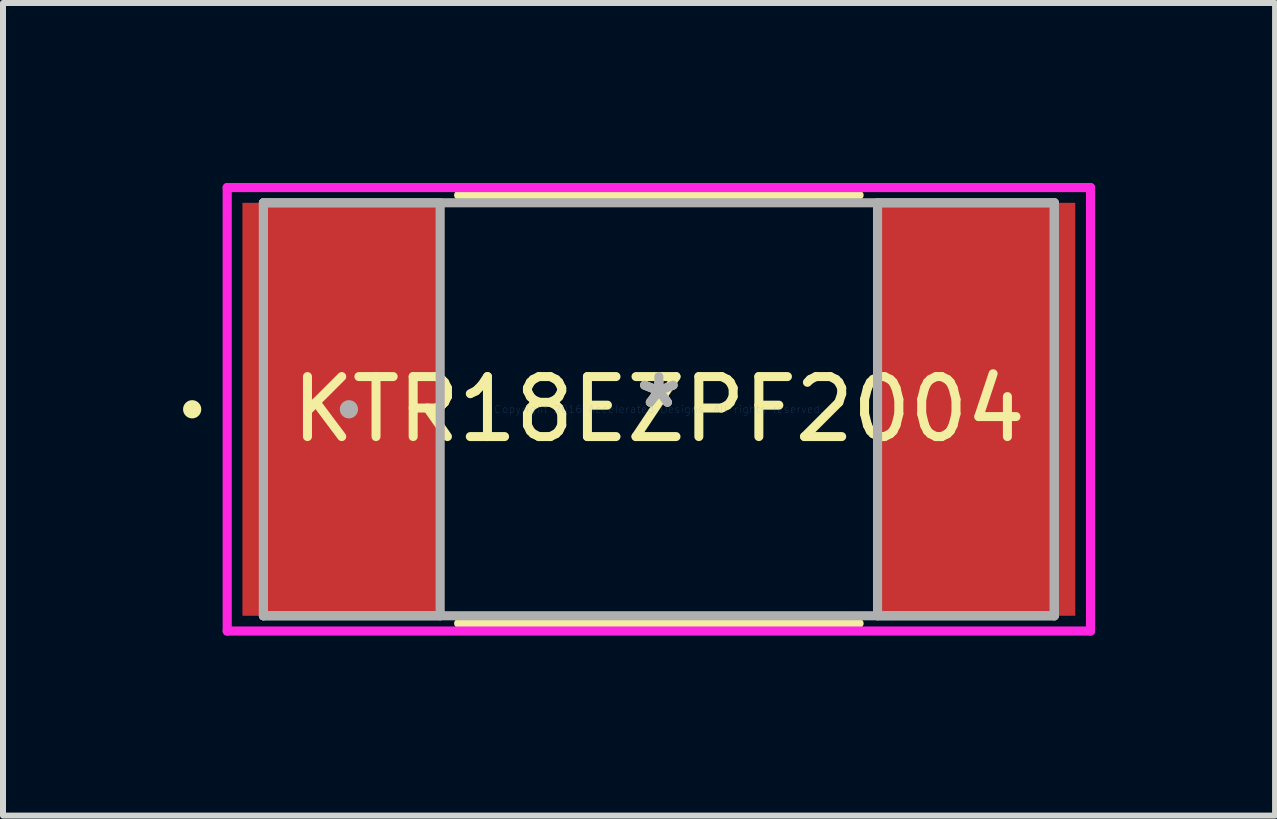
<source format=kicad_pcb>
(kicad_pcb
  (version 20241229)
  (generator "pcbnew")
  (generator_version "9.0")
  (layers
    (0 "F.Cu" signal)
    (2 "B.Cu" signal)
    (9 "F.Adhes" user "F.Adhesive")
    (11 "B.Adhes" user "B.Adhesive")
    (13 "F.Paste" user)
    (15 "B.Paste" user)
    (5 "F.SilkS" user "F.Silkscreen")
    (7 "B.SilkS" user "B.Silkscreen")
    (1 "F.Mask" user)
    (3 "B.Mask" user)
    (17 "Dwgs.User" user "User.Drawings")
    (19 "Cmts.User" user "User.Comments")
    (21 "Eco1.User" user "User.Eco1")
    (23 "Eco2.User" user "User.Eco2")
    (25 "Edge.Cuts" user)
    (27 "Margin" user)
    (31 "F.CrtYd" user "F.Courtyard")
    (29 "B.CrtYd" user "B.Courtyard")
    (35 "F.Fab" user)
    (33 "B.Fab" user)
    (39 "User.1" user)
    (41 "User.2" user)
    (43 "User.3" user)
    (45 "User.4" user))
  (footprint "KTR18EZPF2004"
    (layer "F.Cu")
    (at 7.932 3.772)
    (property "Reference" "KTR18EZPF2004" (at 0 0 0) (layer "F.SilkS") (effects (font (size 1 1) (thickness 0.15))))
    (attr through_hole)
    (fp_line (start -3.337 3.569) (end 3.337 3.569) (stroke (width 0.152) (type solid)) (layer "F.SilkS"))
    (fp_line (start 3.337 -3.569) (end -3.337 -3.569) (stroke (width 0.152) (type solid)) (layer "F.SilkS"))
    (fp_circle (center -7.779 0) (end -7.703 0) (stroke (width 0.152) (type solid)) (fill no) (layer "F.SilkS"))
    (fp_line (start -7.195 -3.696) (end 7.195 -3.696) (stroke (width 0.152) (type solid)) (layer "F.CrtYd"))
    (fp_line (start -7.195 3.696) (end -7.195 -3.696) (stroke (width 0.152) (type solid)) (layer "F.CrtYd"))
    (fp_line (start 7.195 -3.696) (end 7.195 3.696) (stroke (width 0.152) (type solid)) (layer "F.CrtYd"))
    (fp_line (start 7.195 3.696) (end -7.195 3.696) (stroke (width 0.152) (type solid)) (layer "F.CrtYd"))
    (fp_line (start -6.591 -3.442) (end -6.591 3.442) (stroke (width 0.152) (type solid)) (layer "F.Fab"))
    (fp_line (start -6.591 -3.442) (end -6.591 3.442) (stroke (width 0.152) (type solid)) (layer "F.Fab"))
    (fp_line (start -6.591 3.442) (end -3.645 3.442) (stroke (width 0.152) (type solid)) (layer "F.Fab"))
    (fp_line (start -6.591 3.442) (end 6.591 3.442) (stroke (width 0.152) (type solid)) (layer "F.Fab"))
    (fp_line (start -3.645 -3.442) (end -6.591 -3.442) (stroke (width 0.152) (type solid)) (layer "F.Fab"))
    (fp_line (start -3.645 3.442) (end -3.645 -3.442) (stroke (width 0.152) (type solid)) (layer "F.Fab"))
    (fp_line (start 3.645 -3.442) (end 3.645 3.442) (stroke (width 0.152) (type solid)) (layer "F.Fab"))
    (fp_line (start 3.645 3.442) (end 6.591 3.442) (stroke (width 0.152) (type solid)) (layer "F.Fab"))
    (fp_line (start 6.591 -3.442) (end -6.591 -3.442) (stroke (width 0.152) (type solid)) (layer "F.Fab"))
    (fp_line (start 6.591 -3.442) (end 3.645 -3.442) (stroke (width 0.152) (type solid)) (layer "F.Fab"))
    (fp_line (start 6.591 3.442) (end 6.591 -3.442) (stroke (width 0.152) (type solid)) (layer "F.Fab"))
    (fp_line (start 6.591 3.442) (end 6.591 -3.442) (stroke (width 0.152) (type solid)) (layer "F.Fab"))
    (fp_circle (center -5.166 0) (end -5.09 0) (stroke (width 0.152) (type solid)) (fill no) (layer "F.Fab"))
    (fp_text user "*" (at 0 0 0) (layer "F.SilkS") (effects (font (size 1 1) (thickness 0.15))))
    (fp_text user "Copyright 2016 Accelerated Designs. All rights reserved." (at 0 0 0) (layer "Cmts.User") (effects (font (size 0.127 0.127) (thickness 0.002))))
    (fp_text user "*" (at 0 0 0) (layer "F.Fab") (effects (font (size 1 1) (thickness 0.15))))
    (pad "1" smd rect (at -5.293 0) (size 3.296 6.883) (layers "F.Cu" "F.Mask" "F.Paste"))
    (pad "2" smd rect (at 5.293 0) (size 3.296 6.883) (layers "F.Cu" "F.Mask" "F.Paste")))
  (gr_rect
    (start -3 -3)
    (end 18.203 10.544)
    (stroke (width 0.1) (type default))
    (fill no)
    (layer "Edge.Cuts")))
</source>
